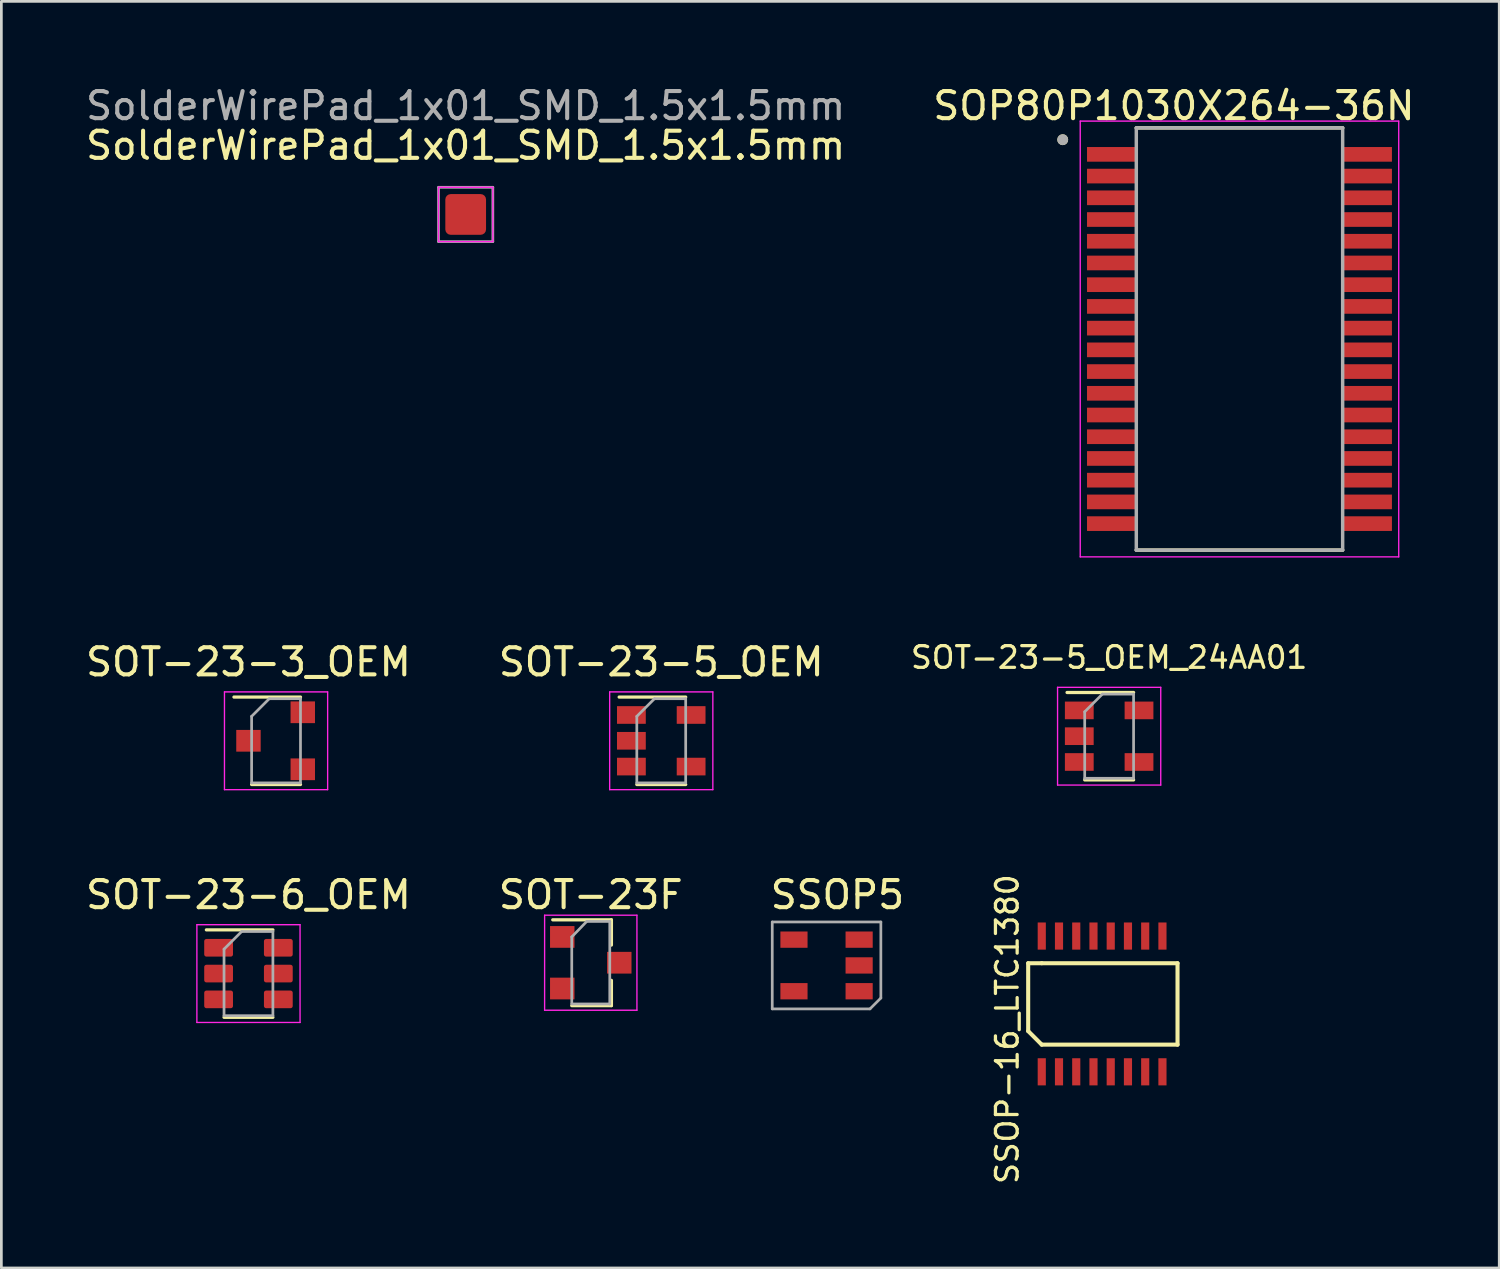
<source format=kicad_pcb>
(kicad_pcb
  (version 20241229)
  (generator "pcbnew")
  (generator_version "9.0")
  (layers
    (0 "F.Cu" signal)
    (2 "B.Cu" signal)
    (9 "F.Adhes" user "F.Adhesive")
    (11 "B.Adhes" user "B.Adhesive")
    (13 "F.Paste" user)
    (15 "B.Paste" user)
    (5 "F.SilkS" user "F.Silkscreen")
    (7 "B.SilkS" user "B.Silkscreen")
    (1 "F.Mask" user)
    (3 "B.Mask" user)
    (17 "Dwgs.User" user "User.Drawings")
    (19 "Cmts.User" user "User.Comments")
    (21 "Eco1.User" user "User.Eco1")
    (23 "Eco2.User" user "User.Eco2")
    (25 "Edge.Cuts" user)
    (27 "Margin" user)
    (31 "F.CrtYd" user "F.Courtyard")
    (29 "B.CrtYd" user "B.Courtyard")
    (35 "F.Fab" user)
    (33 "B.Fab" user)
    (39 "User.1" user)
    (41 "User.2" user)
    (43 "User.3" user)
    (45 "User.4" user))
  (footprint "SOT-23-3_OEM"
    (layer "F.Cu")
    (at 6.101 24.233)
    (property "Reference" "SOT-23-3_OEM" (at 0 -2.9 0) (layer "F.SilkS") (effects (font (size 1 1) (thickness 0.15))))
    (attr smd)
    (fp_line (start 0.116 1.61) (end 1.916 1.61) (stroke (width 0.12) (type solid)) (layer "F.SilkS"))
    (fp_line (start 1.916 -1.61) (end -0.534 -1.61) (stroke (width 0.12) (type solid)) (layer "F.SilkS"))
    (fp_line (start -0.884 -1.8) (end 2.916 -1.8) (stroke (width 0.05) (type solid)) (layer "F.CrtYd"))
    (fp_line (start -0.884 1.8) (end -0.884 -1.8) (stroke (width 0.05) (type solid)) (layer "F.CrtYd"))
    (fp_line (start 2.916 -1.8) (end 2.916 1.8) (stroke (width 0.05) (type solid)) (layer "F.CrtYd"))
    (fp_line (start 2.916 1.8) (end -0.884 1.8) (stroke (width 0.05) (type solid)) (layer "F.CrtYd"))
    (fp_line (start 0.116 -0.9) (end 0.116 1.55) (stroke (width 0.1) (type solid)) (layer "F.Fab"))
    (fp_line (start 0.116 -0.9) (end 0.766 -1.55) (stroke (width 0.1) (type solid)) (layer "F.Fab"))
    (fp_line (start 1.916 -1.55) (end 0.766 -1.55) (stroke (width 0.1) (type solid)) (layer "F.Fab"))
    (fp_line (start 1.916 -1.55) (end 1.916 1.55) (stroke (width 0.1) (type solid)) (layer "F.Fab"))
    (fp_line (start 1.916 1.55) (end 0.116 1.55) (stroke (width 0.1) (type solid)) (layer "F.Fab"))
    (pad "1" smd rect (at 0 0) (size 0.9 0.8) (layers "F.Cu" "F.Mask" "F.Paste"))
    (pad "2" smd rect (at 2 1.05) (size 0.9 0.8) (layers "F.Cu" "F.Mask" "F.Paste"))
    (pad "3" smd rect (at 2 -1.05) (size 0.9 0.8) (layers "F.Cu" "F.Mask" "F.Paste")))
  (footprint "SOT-23-5_OEM"
    (layer "F.Cu")
    (at 21.304 24.233)
    (property "Reference" "SOT-23-5_OEM" (at 0 -2.9 0) (layer "F.SilkS") (effects (font (size 1 1) (thickness 0.15))))
    (attr smd)
    (fp_line (start -0.9 1.61) (end 0.9 1.61) (stroke (width 0.12) (type solid)) (layer "F.SilkS"))
    (fp_line (start 0.9 -1.61) (end -1.55 -1.61) (stroke (width 0.12) (type solid)) (layer "F.SilkS"))
    (fp_line (start -1.9 -1.8) (end 1.9 -1.8) (stroke (width 0.05) (type solid)) (layer "F.CrtYd"))
    (fp_line (start -1.9 1.8) (end -1.9 -1.8) (stroke (width 0.05) (type solid)) (layer "F.CrtYd"))
    (fp_line (start 1.9 -1.8) (end 1.9 1.8) (stroke (width 0.05) (type solid)) (layer "F.CrtYd"))
    (fp_line (start 1.9 1.8) (end -1.9 1.8) (stroke (width 0.05) (type solid)) (layer "F.CrtYd"))
    (fp_line (start -0.9 -0.9) (end -0.9 1.55) (stroke (width 0.1) (type solid)) (layer "F.Fab"))
    (fp_line (start -0.9 -0.9) (end -0.25 -1.55) (stroke (width 0.1) (type solid)) (layer "F.Fab"))
    (fp_line (start 0.9 -1.55) (end -0.25 -1.55) (stroke (width 0.1) (type solid)) (layer "F.Fab"))
    (fp_line (start 0.9 -1.55) (end 0.9 1.55) (stroke (width 0.1) (type solid)) (layer "F.Fab"))
    (fp_line (start 0.9 1.55) (end -0.9 1.55) (stroke (width 0.1) (type solid)) (layer "F.Fab"))
    (pad "1" smd rect (at -1.1 -0.95) (size 1.06 0.65) (layers "F.Cu" "F.Mask" "F.Paste"))
    (pad "2" smd rect (at -1.1 0) (size 1.06 0.65) (layers "F.Cu" "F.Mask" "F.Paste"))
    (pad "3" smd rect (at -1.1 0.95) (size 1.06 0.65) (layers "F.Cu" "F.Mask" "F.Paste"))
    (pad "4" smd rect (at 1.1 0.95) (size 1.06 0.65) (layers "F.Cu" "F.Mask" "F.Paste"))
    (pad "5" smd rect (at 1.1 -0.95) (size 1.06 0.65) (layers "F.Cu" "F.Mask" "F.Paste")))
  (footprint "SOT-23F"
    (layer "F.Cu")
    (at 18.708 32.407)
    (property "Reference" "SOT-23F" (at 0 -2.5 0) (layer "F.SilkS") (effects (font (size 1 1) (thickness 0.15))))
    (attr smd)
    (fp_line (start 0.76 -1.58) (end -1.4 -1.58) (stroke (width 0.12) (type solid)) (layer "F.SilkS"))
    (fp_line (start 0.76 -1.58) (end 0.76 -0.65) (stroke (width 0.12) (type solid)) (layer "F.SilkS"))
    (fp_line (start 0.76 1.58) (end -0.7 1.58) (stroke (width 0.12) (type solid)) (layer "F.SilkS"))
    (fp_line (start 0.76 1.58) (end 0.76 0.65) (stroke (width 0.12) (type solid)) (layer "F.SilkS"))
    (fp_line (start -1.7 -1.75) (end 1.7 -1.75) (stroke (width 0.05) (type solid)) (layer "F.CrtYd"))
    (fp_line (start -1.7 1.75) (end -1.7 -1.75) (stroke (width 0.05) (type solid)) (layer "F.CrtYd"))
    (fp_line (start 1.7 -1.75) (end 1.7 1.75) (stroke (width 0.05) (type solid)) (layer "F.CrtYd"))
    (fp_line (start 1.7 1.75) (end -1.7 1.75) (stroke (width 0.05) (type solid)) (layer "F.CrtYd"))
    (fp_line (start -0.7 -0.95) (end -0.7 1.5) (stroke (width 0.1) (type solid)) (layer "F.Fab"))
    (fp_line (start -0.7 -0.95) (end -0.15 -1.52) (stroke (width 0.1) (type solid)) (layer "F.Fab"))
    (fp_line (start -0.7 1.52) (end 0.7 1.52) (stroke (width 0.1) (type solid)) (layer "F.Fab"))
    (fp_line (start -0.15 -1.52) (end 0.7 -1.52) (stroke (width 0.1) (type solid)) (layer "F.Fab"))
    (fp_line (start 0.7 -1.52) (end 0.7 1.52) (stroke (width 0.1) (type solid)) (layer "F.Fab"))
    (pad "1" smd rect (at -1.05 -0.95) (size 0.9 0.8) (layers "F.Cu" "F.Mask" "F.Paste"))
    (pad "2" smd rect (at -1.05 0.95) (size 0.9 0.8) (layers "F.Cu" "F.Mask" "F.Paste"))
    (pad "3" smd rect (at 1.05 0) (size 0.9 0.8) (layers "F.Cu" "F.Mask" "F.Paste")))
  (footprint "SOT-23-6_OEM"
    (layer "F.Cu")
    (at 6.101 32.807)
    (property "Reference" "SOT-23-6_OEM" (at 0 -2.9 0) (layer "F.SilkS") (effects (font (size 1 1) (thickness 0.15))))
    (attr smd)
    (fp_line (start -0.9 1.61) (end 0.9 1.61) (stroke (width 0.12) (type solid)) (layer "F.SilkS"))
    (fp_line (start 0.9 -1.61) (end -1.55 -1.61) (stroke (width 0.12) (type solid)) (layer "F.SilkS"))
    (fp_line (start -1.9 -1.8) (end -1.9 1.8) (stroke (width 0.05) (type solid)) (layer "F.CrtYd"))
    (fp_line (start -1.9 1.8) (end 1.9 1.8) (stroke (width 0.05) (type solid)) (layer "F.CrtYd"))
    (fp_line (start 1.9 -1.8) (end -1.9 -1.8) (stroke (width 0.05) (type solid)) (layer "F.CrtYd"))
    (fp_line (start 1.9 1.8) (end 1.9 -1.8) (stroke (width 0.05) (type solid)) (layer "F.CrtYd"))
    (fp_line (start -0.9 -0.9) (end -0.9 1.55) (stroke (width 0.1) (type solid)) (layer "F.Fab"))
    (fp_line (start -0.9 -0.9) (end -0.25 -1.55) (stroke (width 0.1) (type solid)) (layer "F.Fab"))
    (fp_line (start 0.9 -1.55) (end -0.25 -1.55) (stroke (width 0.1) (type solid)) (layer "F.Fab"))
    (fp_line (start 0.9 -1.55) (end 0.9 1.55) (stroke (width 0.1) (type solid)) (layer "F.Fab"))
    (fp_line (start 0.9 1.55) (end -0.9 1.55) (stroke (width 0.1) (type solid)) (layer "F.Fab"))
    (pad "1" smd roundrect (at -1.1 -0.95) (size 1.06 0.65) (layers "F.Cu" "F.Mask" "F.Paste") (roundrect_rratio 0.125))
    (pad "2" smd roundrect (at -1.1 0) (size 1.06 0.65) (layers "F.Cu" "F.Mask" "F.Paste") (roundrect_rratio 0.125))
    (pad "3" smd roundrect (at -1.1 0.95) (size 1.06 0.65) (layers "F.Cu" "F.Mask" "F.Paste") (roundrect_rratio 0.125))
    (pad "4" smd roundrect (at 1.1 0.95) (size 1.06 0.65) (layers "F.Cu" "F.Mask" "F.Paste") (roundrect_rratio 0.125))
    (pad "5" smd roundrect (at 1.1 0) (size 1.06 0.65) (layers "F.Cu" "F.Mask" "F.Paste") (roundrect_rratio 0.125))
    (pad "6" smd roundrect (at 1.1 -0.95) (size 1.06 0.65) (layers "F.Cu" "F.Mask" "F.Paste") (roundrect_rratio 0.125)))
  (footprint "SSOP5"
    (layer "F.Cu")
    (at 27.392 32.507)
    (property "Reference" "SSOP5" (at 0.4 -2.6 0) (layer "F.SilkS") (effects (font (size 1 1) (thickness 0.15))))
    (attr smd)
    (fp_line (start -2 1.6) (end -2 -1.6) (stroke (width 0.1) (type solid)) (layer "F.Fab"))
    (fp_line (start 1.6 1.6) (end -2 1.6) (stroke (width 0.1) (type solid)) (layer "F.Fab"))
    (fp_line (start 2 -1.6) (end -2 -1.6) (stroke (width 0.1) (type solid)) (layer "F.Fab"))
    (fp_line (start 2 -1.6) (end 2 1.2) (stroke (width 0.1) (type solid)) (layer "F.Fab"))
    (fp_line (start 2 1.2) (end 1.6 1.6) (stroke (width 0.1) (type solid)) (layer "F.Fab"))
    (pad "1" smd rect (at 1.2 0.95 90) (size 0.6 1) (layers "F.Cu" "F.Mask" "F.Paste"))
    (pad "2" smd rect (at 1.2 0 90) (size 0.6 1) (layers "F.Cu" "F.Mask" "F.Paste"))
    (pad "3" smd rect (at 1.2 -0.95 90) (size 0.6 1) (layers "F.Cu" "F.Mask" "F.Paste"))
    (pad "4" smd rect (at -1.2 -0.95 90) (size 0.6 1) (layers "F.Cu" "F.Mask" "F.Paste"))
    (pad "5" smd rect (at -1.2 0.95 90) (size 0.6 1) (layers "F.Cu" "F.Mask" "F.Paste")))
  (footprint "SOT-23-5_OEM_24AA01"
    (layer "F.Cu")
    (at 37.8 24.064)
    (property "Reference" "SOT-23-5_OEM_24AA01" (at 0 -2.9 0) (layer "F.SilkS") (effects (font (size 0.8 0.8) (thickness 0.12))))
    (attr smd)
    (fp_line (start -0.9 1.61) (end 0.9 1.61) (stroke (width 0.12) (type solid)) (layer "F.SilkS"))
    (fp_line (start 0.9 -1.61) (end -1.55 -1.61) (stroke (width 0.12) (type solid)) (layer "F.SilkS"))
    (fp_line (start -1.9 -1.8) (end 1.9 -1.8) (stroke (width 0.05) (type solid)) (layer "F.CrtYd"))
    (fp_line (start -1.9 1.8) (end -1.9 -1.8) (stroke (width 0.05) (type solid)) (layer "F.CrtYd"))
    (fp_line (start 1.9 -1.8) (end 1.9 1.8) (stroke (width 0.05) (type solid)) (layer "F.CrtYd"))
    (fp_line (start 1.9 1.8) (end -1.9 1.8) (stroke (width 0.05) (type solid)) (layer "F.CrtYd"))
    (fp_line (start -0.9 -0.9) (end -0.9 1.55) (stroke (width 0.1) (type solid)) (layer "F.Fab"))
    (fp_line (start -0.9 -0.9) (end -0.25 -1.55) (stroke (width 0.1) (type solid)) (layer "F.Fab"))
    (fp_line (start 0.9 -1.55) (end -0.25 -1.55) (stroke (width 0.1) (type solid)) (layer "F.Fab"))
    (fp_line (start 0.9 -1.55) (end 0.9 1.55) (stroke (width 0.1) (type solid)) (layer "F.Fab"))
    (fp_line (start 0.9 1.55) (end -0.9 1.55) (stroke (width 0.1) (type solid)) (layer "F.Fab"))
    (pad "1" smd rect (at -1.1 -0.95) (size 1.06 0.65) (layers "F.Cu" "F.Mask" "F.Paste"))
    (pad "2" smd rect (at -1.1 0) (size 1.06 0.65) (layers "F.Cu" "F.Mask" "F.Paste"))
    (pad "3" smd rect (at -1.1 0.95) (size 1.06 0.65) (layers "F.Cu" "F.Mask" "F.Paste"))
    (pad "4" smd rect (at 1.1 0.95) (size 1.06 0.65) (layers "F.Cu" "F.Mask" "F.Paste"))
    (pad "5" smd rect (at 1.1 -0.95) (size 1.06 0.65) (layers "F.Cu" "F.Mask" "F.Paste")))
  (footprint "SOP80P1030X264-36N"
    (layer "F.Cu")
    (at 42.6 9.435)
    (property "Reference" "SOP80P1030X264-36N" (at -2.415 -8.587 0) (layer "F.SilkS") (effects (font (size 1 1) (thickness 0.15))))
    (attr through_hole)
    (fp_line (start -3.8 -7.775) (end 3.8 -7.775) (stroke (width 0.127) (type solid)) (layer "F.SilkS"))
    (fp_line (start -3.8 7.775) (end 3.8 7.775) (stroke (width 0.127) (type solid)) (layer "F.SilkS"))
    (fp_circle (center -6.51 -7.34) (end -6.41 -7.34) (stroke (width 0.2) (type solid)) (fill no) (layer "F.SilkS"))
    (fp_line (start -5.865 -8.025) (end -5.865 8.025) (stroke (width 0.05) (type solid)) (layer "F.CrtYd"))
    (fp_line (start -5.865 -8.025) (end 5.865 -8.025) (stroke (width 0.05) (type solid)) (layer "F.CrtYd"))
    (fp_line (start -5.865 8.025) (end 5.865 8.025) (stroke (width 0.05) (type solid)) (layer "F.CrtYd"))
    (fp_line (start 5.865 -8.025) (end 5.865 8.025) (stroke (width 0.05) (type solid)) (layer "F.CrtYd"))
    (fp_line (start -3.8 -7.775) (end -3.8 7.775) (stroke (width 0.127) (type solid)) (layer "F.Fab"))
    (fp_line (start -3.8 -7.775) (end 3.8 -7.775) (stroke (width 0.127) (type solid)) (layer "F.Fab"))
    (fp_line (start -3.8 7.775) (end 3.8 7.775) (stroke (width 0.127) (type solid)) (layer "F.Fab"))
    (fp_line (start 3.8 -7.775) (end 3.8 7.775) (stroke (width 0.127) (type solid)) (layer "F.Fab"))
    (fp_circle (center -6.51 -7.34) (end -6.41 -7.34) (stroke (width 0.2) (type solid)) (fill no) (layer "F.Fab"))
    (pad "1" smd rect (at -4.72 -6.8) (size 1.79 0.54) (layers "F.Cu" "F.Mask" "F.Paste"))
    (pad "2" smd rect (at -4.72 -6) (size 1.79 0.54) (layers "F.Cu" "F.Mask" "F.Paste"))
    (pad "3" smd rect (at -4.72 -5.2) (size 1.79 0.54) (layers "F.Cu" "F.Mask" "F.Paste"))
    (pad "4" smd rect (at -4.72 -4.4) (size 1.79 0.54) (layers "F.Cu" "F.Mask" "F.Paste"))
    (pad "5" smd rect (at -4.72 -3.6) (size 1.79 0.54) (layers "F.Cu" "F.Mask" "F.Paste"))
    (pad "6" smd rect (at -4.72 -2.8) (size 1.79 0.54) (layers "F.Cu" "F.Mask" "F.Paste"))
    (pad "7" smd rect (at -4.72 -2) (size 1.79 0.54) (layers "F.Cu" "F.Mask" "F.Paste"))
    (pad "8" smd rect (at -4.72 -1.2) (size 1.79 0.54) (layers "F.Cu" "F.Mask" "F.Paste"))
    (pad "9" smd rect (at -4.72 -0.4) (size 1.79 0.54) (layers "F.Cu" "F.Mask" "F.Paste"))
    (pad "10" smd rect (at -4.72 0.4) (size 1.79 0.54) (layers "F.Cu" "F.Mask" "F.Paste"))
    (pad "11" smd rect (at -4.72 1.2) (size 1.79 0.54) (layers "F.Cu" "F.Mask" "F.Paste"))
    (pad "12" smd rect (at -4.72 2) (size 1.79 0.54) (layers "F.Cu" "F.Mask" "F.Paste"))
    (pad "13" smd rect (at -4.72 2.8) (size 1.79 0.54) (layers "F.Cu" "F.Mask" "F.Paste"))
    (pad "14" smd rect (at -4.72 3.6) (size 1.79 0.54) (layers "F.Cu" "F.Mask" "F.Paste"))
    (pad "15" smd rect (at -4.72 4.4) (size 1.79 0.54) (layers "F.Cu" "F.Mask" "F.Paste"))
    (pad "16" smd rect (at -4.72 5.2) (size 1.79 0.54) (layers "F.Cu" "F.Mask" "F.Paste"))
    (pad "17" smd rect (at -4.72 6) (size 1.79 0.54) (layers "F.Cu" "F.Mask" "F.Paste"))
    (pad "18" smd rect (at -4.72 6.8) (size 1.79 0.54) (layers "F.Cu" "F.Mask" "F.Paste"))
    (pad "19" smd rect (at 4.72 6.8) (size 1.79 0.54) (layers "F.Cu" "F.Mask" "F.Paste"))
    (pad "20" smd rect (at 4.72 6) (size 1.79 0.54) (layers "F.Cu" "F.Mask" "F.Paste"))
    (pad "21" smd rect (at 4.72 5.2) (size 1.79 0.54) (layers "F.Cu" "F.Mask" "F.Paste"))
    (pad "22" smd rect (at 4.72 4.4) (size 1.79 0.54) (layers "F.Cu" "F.Mask" "F.Paste"))
    (pad "23" smd rect (at 4.72 3.6) (size 1.79 0.54) (layers "F.Cu" "F.Mask" "F.Paste"))
    (pad "24" smd rect (at 4.72 2.8) (size 1.79 0.54) (layers "F.Cu" "F.Mask" "F.Paste"))
    (pad "25" smd rect (at 4.72 2) (size 1.79 0.54) (layers "F.Cu" "F.Mask" "F.Paste"))
    (pad "26" smd rect (at 4.72 1.2) (size 1.79 0.54) (layers "F.Cu" "F.Mask" "F.Paste"))
    (pad "27" smd rect (at 4.72 0.4) (size 1.79 0.54) (layers "F.Cu" "F.Mask" "F.Paste"))
    (pad "28" smd rect (at 4.72 -0.4) (size 1.79 0.54) (layers "F.Cu" "F.Mask" "F.Paste"))
    (pad "29" smd rect (at 4.72 -1.2) (size 1.79 0.54) (layers "F.Cu" "F.Mask" "F.Paste"))
    (pad "30" smd rect (at 4.72 -2) (size 1.79 0.54) (layers "F.Cu" "F.Mask" "F.Paste"))
    (pad "31" smd rect (at 4.72 -2.8) (size 1.79 0.54) (layers "F.Cu" "F.Mask" "F.Paste"))
    (pad "32" smd rect (at 4.72 -3.6) (size 1.79 0.54) (layers "F.Cu" "F.Mask" "F.Paste"))
    (pad "33" smd rect (at 4.72 -4.4) (size 1.79 0.54) (layers "F.Cu" "F.Mask" "F.Paste"))
    (pad "34" smd rect (at 4.72 -5.2) (size 1.79 0.54) (layers "F.Cu" "F.Mask" "F.Paste"))
    (pad "35" smd rect (at 4.72 -6) (size 1.79 0.54) (layers "F.Cu" "F.Mask" "F.Paste"))
    (pad "36" smd rect (at 4.72 -6.8) (size 1.79 0.54) (layers "F.Cu" "F.Mask" "F.Paste")))
  (footprint "SolderWirePad_1x01_SMD_1.5x1.5mm"
    (layer "F.Cu")
    (at 14.101 4.848)
    (property "Reference" "SolderWirePad_1x01_SMD_1.5x1.5mm" (at 0 -2.54 0) (layer "F.SilkS") (effects (font (size 1 1) (thickness 0.15))))
    (attr exclude_from_pos_files exclude_from_bom)
    (fp_line (start -1 -1) (end 1 -1) (stroke (width 0.05) (type solid)) (layer "F.CrtYd"))
    (fp_line (start -1 1) (end -1 -1) (stroke (width 0.05) (type solid)) (layer "F.CrtYd"))
    (fp_line (start 1 -1) (end 1 1) (stroke (width 0.05) (type solid)) (layer "F.CrtYd"))
    (fp_line (start 1 1) (end -1 1) (stroke (width 0.05) (type solid)) (layer "F.CrtYd"))
    (fp_line (start -1 -1) (end 1 -1) (stroke (width 0.1) (type solid)) (layer "F.Fab"))
    (fp_line (start -1 1) (end -1 -1) (stroke (width 0.1) (type solid)) (layer "F.Fab"))
    (fp_line (start 1 -1) (end 1 1) (stroke (width 0.1) (type solid)) (layer "F.Fab"))
    (fp_line (start 1 1) (end -1 1) (stroke (width 0.1) (type solid)) (layer "F.Fab"))
    (fp_text user "${REFERENCE}" (at 0 -4 0) (layer "F.Fab") (effects (font (size 1 1) (thickness 0.15))))
    (pad "1" smd roundrect (at 0 0) (size 1.5 1.5) (layers "F.Cu" "F.Mask" "F.Paste") (roundrect_rratio 0.133)))
  (footprint "SSOP-16_LTC1380"
    (layer "F.Cu")
    (at 35.318 31.425)
    (property "Reference" "SSOP-16_LTC1380" (at -1.27 3.429 90) (layer "F.SilkS") (effects (font (size 0.8 0.8) (thickness 0.12))))
    (attr through_hole)
    (fp_line (start -0.5 1) (end 0 1) (stroke (width 0.15) (type solid)) (layer "F.SilkS"))
    (fp_line (start -0.5 3.5) (end -0.5 1) (stroke (width 0.15) (type solid)) (layer "F.SilkS"))
    (fp_line (start 0 4) (end -0.5 3.5) (stroke (width 0.15) (type solid)) (layer "F.SilkS"))
    (fp_line (start 5 1) (end 0 1) (stroke (width 0.15) (type solid)) (layer "F.SilkS"))
    (fp_line (start 5 1) (end 5 4) (stroke (width 0.15) (type solid)) (layer "F.SilkS"))
    (fp_line (start 5 4) (end 0 4) (stroke (width 0.15) (type solid)) (layer "F.SilkS"))
    (pad "1" smd rect (at 0 5) (size 0.3 1) (layers "F.Cu" "F.Mask" "F.Paste"))
    (pad "2" smd rect (at 0.635 5) (size 0.3 1) (layers "F.Cu" "F.Mask" "F.Paste"))
    (pad "3" smd rect (at 1.27 5) (size 0.3 1) (layers "F.Cu" "F.Mask" "F.Paste"))
    (pad "4" smd rect (at 1.905 5) (size 0.3 1) (layers "F.Cu" "F.Mask" "F.Paste"))
    (pad "5" smd rect (at 2.54 5) (size 0.3 1) (layers "F.Cu" "F.Mask" "F.Paste"))
    (pad "6" smd rect (at 3.175 5) (size 0.3 1) (layers "F.Cu" "F.Mask" "F.Paste"))
    (pad "7" smd rect (at 3.81 5) (size 0.3 1) (layers "F.Cu" "F.Mask" "F.Paste"))
    (pad "8" smd rect (at 4.445 5) (size 0.3 1) (layers "F.Cu" "F.Mask" "F.Paste"))
    (pad "9" smd rect (at 4.445 0) (size 0.3 1) (layers "F.Cu" "F.Mask" "F.Paste"))
    (pad "10" smd rect (at 3.81 0) (size 0.3 1) (layers "F.Cu" "F.Mask" "F.Paste"))
    (pad "11" smd rect (at 3.175 0) (size 0.3 1) (layers "F.Cu" "F.Mask" "F.Paste"))
    (pad "12" smd rect (at 2.54 0) (size 0.3 1) (layers "F.Cu" "F.Mask" "F.Paste"))
    (pad "13" smd rect (at 1.905 0) (size 0.3 1) (layers "F.Cu" "F.Mask" "F.Paste"))
    (pad "14" smd rect (at 1.27 0) (size 0.3 1) (layers "F.Cu" "F.Mask" "F.Paste"))
    (pad "15" smd rect (at 0.635 0) (size 0.3 1) (layers "F.Cu" "F.Mask" "F.Paste"))
    (pad "16" smd rect (at 0 0) (size 0.3 1) (layers "F.Cu" "F.Mask" "F.Paste")))
  (gr_rect
    (start -3 -3)
    (end 52.167 43.649)
    (stroke (width 0.1) (type default))
    (fill no)
    (layer "Edge.Cuts")))
</source>
